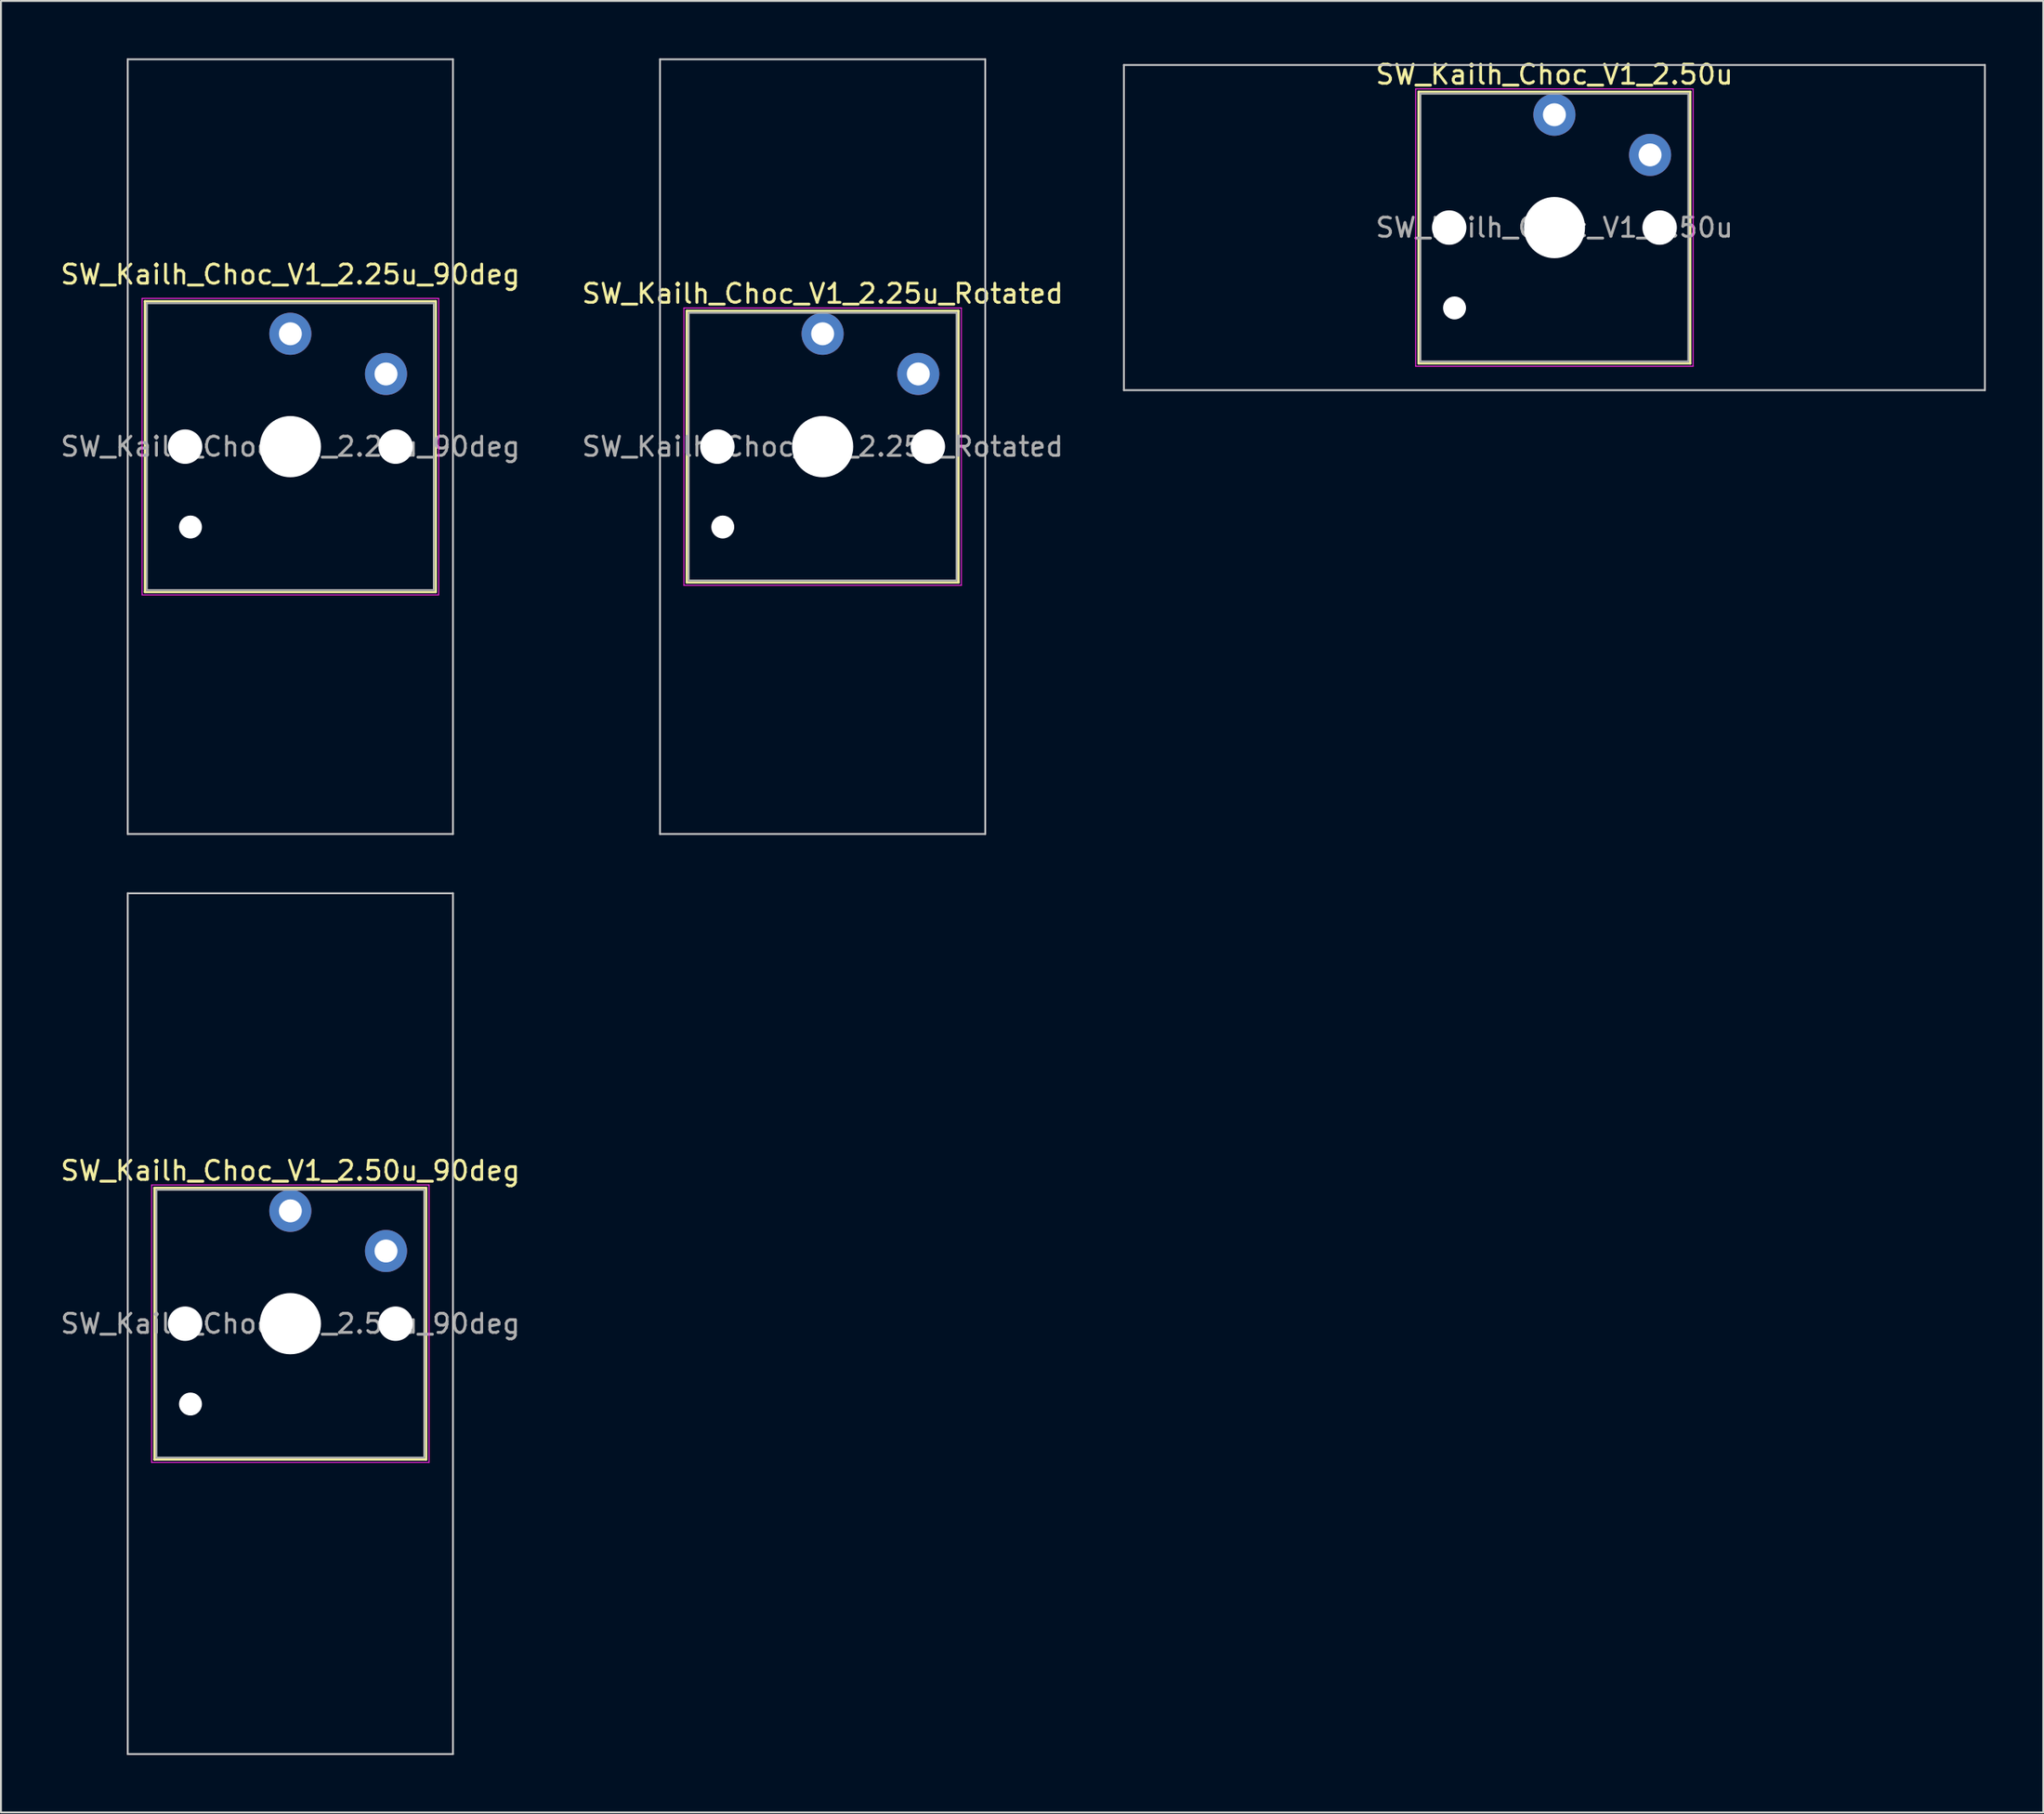
<source format=kicad_pcb>
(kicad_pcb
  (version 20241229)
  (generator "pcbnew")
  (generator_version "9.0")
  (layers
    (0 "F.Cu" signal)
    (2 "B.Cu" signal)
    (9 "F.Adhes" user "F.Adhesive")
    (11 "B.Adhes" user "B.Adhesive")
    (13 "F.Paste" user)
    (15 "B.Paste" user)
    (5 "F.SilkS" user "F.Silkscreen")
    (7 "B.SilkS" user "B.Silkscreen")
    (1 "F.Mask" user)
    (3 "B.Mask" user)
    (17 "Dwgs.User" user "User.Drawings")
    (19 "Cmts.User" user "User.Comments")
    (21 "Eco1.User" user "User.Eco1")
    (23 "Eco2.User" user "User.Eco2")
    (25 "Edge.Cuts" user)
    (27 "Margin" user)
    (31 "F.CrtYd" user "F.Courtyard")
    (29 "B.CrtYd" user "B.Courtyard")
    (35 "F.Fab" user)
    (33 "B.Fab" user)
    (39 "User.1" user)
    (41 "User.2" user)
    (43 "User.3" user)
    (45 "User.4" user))
  (footprint "SW_Kailh_Choc_V1_2.25u_90deg"
    (layer "F.Cu")
    (at 12.125 20.3)
    (property "Reference" "SW_Kailh_Choc_V1_2.25u_90deg" (at 0 -9 0) (layer "F.SilkS") (effects (font (size 1 1) (thickness 0.15))))
    (attr through_hole)
    (fp_line (start -7.6 -7.6) (end -7.6 7.6) (stroke (width 0.12) (type solid)) (layer "F.SilkS"))
    (fp_line (start -7.6 7.6) (end 7.6 7.6) (stroke (width 0.12) (type solid)) (layer "F.SilkS"))
    (fp_line (start 7.6 -7.6) (end -7.6 -7.6) (stroke (width 0.12) (type solid)) (layer "F.SilkS"))
    (fp_line (start 7.6 7.6) (end 7.6 -7.6) (stroke (width 0.12) (type solid)) (layer "F.SilkS"))
    (fp_line (start -8.5 -20.25) (end 8.5 -20.25) (stroke (width 0.1) (type solid)) (layer "Dwgs.User"))
    (fp_line (start -8.5 20.25) (end -8.5 -20.25) (stroke (width 0.1) (type solid)) (layer "Dwgs.User"))
    (fp_line (start 8.5 -20.25) (end 8.5 20.25) (stroke (width 0.1) (type solid)) (layer "Dwgs.User"))
    (fp_line (start 8.5 20.25) (end -8.5 20.25) (stroke (width 0.1) (type solid)) (layer "Dwgs.User"))
    (fp_line (start -7.75 -7.75) (end -7.75 7.75) (stroke (width 0.05) (type solid)) (layer "F.CrtYd"))
    (fp_line (start -7.75 7.75) (end 7.75 7.75) (stroke (width 0.05) (type solid)) (layer "F.CrtYd"))
    (fp_line (start 7.75 -7.75) (end -7.75 -7.75) (stroke (width 0.05) (type solid)) (layer "F.CrtYd"))
    (fp_line (start 7.75 7.75) (end 7.75 -7.75) (stroke (width 0.05) (type solid)) (layer "F.CrtYd"))
    (fp_line (start -7.5 -7.5) (end -7.5 7.5) (stroke (width 0.1) (type solid)) (layer "F.Fab"))
    (fp_line (start -7.5 7.5) (end 7.5 7.5) (stroke (width 0.1) (type solid)) (layer "F.Fab"))
    (fp_line (start 7.5 -7.5) (end -7.5 -7.5) (stroke (width 0.1) (type solid)) (layer "F.Fab"))
    (fp_line (start 7.5 7.5) (end 7.5 -7.5) (stroke (width 0.1) (type solid)) (layer "F.Fab"))
    (fp_text user "${REFERENCE}" (at 0 0 0) (layer "F.Fab") (effects (font (size 1 1) (thickness 0.15))))
    (pad "" np_thru_hole circle (at -5.5 0) (size 1.8 1.8) (drill 1.8) (layers "*.Cu" "*.Mask"))
    (pad "" np_thru_hole circle (at -5.22 4.2) (size 1.2 1.2) (drill 1.2) (layers "*.Cu" "*.Mask"))
    (pad "" np_thru_hole circle (at 0 0) (size 3.2 3.2) (drill 3.2) (layers "*.Cu" "*.Mask"))
    (pad "" np_thru_hole circle (at 5.5 0) (size 1.8 1.8) (drill 1.8) (layers "*.Cu" "*.Mask"))
    (pad "1" thru_hole circle (at 0 -5.9) (size 2.2 2.2) (drill 1.2) (layers "*.Cu" "B.Mask"))
    (pad "2" thru_hole circle (at 5 -3.8) (size 2.2 2.2) (drill 1.2) (layers "*.Cu" "B.Mask")))
  (footprint "SW_Kailh_Choc_V1_2.25u_Rotated"
    (layer "F.Cu")
    (at 39.946 20.3)
    (property "Reference" "SW_Kailh_Choc_V1_2.25u_Rotated" (at 0 -8 0) (layer "F.SilkS") (effects (font (size 1 1) (thickness 0.15))))
    (attr through_hole)
    (fp_line (start -7.1 -7.1) (end -7.1 7.1) (stroke (width 0.12) (type solid)) (layer "F.SilkS"))
    (fp_line (start -7.1 7.1) (end 7.1 7.1) (stroke (width 0.12) (type solid)) (layer "F.SilkS"))
    (fp_line (start 7.1 -7.1) (end -7.1 -7.1) (stroke (width 0.12) (type solid)) (layer "F.SilkS"))
    (fp_line (start 7.1 7.1) (end 7.1 -7.1) (stroke (width 0.12) (type solid)) (layer "F.SilkS"))
    (fp_line (start -8.5 -20.25) (end -8.5 20.25) (stroke (width 0.1) (type solid)) (layer "Dwgs.User"))
    (fp_line (start -8.5 20.25) (end 8.5 20.25) (stroke (width 0.1) (type solid)) (layer "Dwgs.User"))
    (fp_line (start 8.5 -20.25) (end -8.5 -20.25) (stroke (width 0.1) (type solid)) (layer "Dwgs.User"))
    (fp_line (start 8.5 20.25) (end 8.5 -20.25) (stroke (width 0.1) (type solid)) (layer "Dwgs.User"))
    (fp_line (start -7.25 -7.25) (end -7.25 7.25) (stroke (width 0.05) (type solid)) (layer "F.CrtYd"))
    (fp_line (start -7.25 7.25) (end 7.25 7.25) (stroke (width 0.05) (type solid)) (layer "F.CrtYd"))
    (fp_line (start 7.25 -7.25) (end -7.25 -7.25) (stroke (width 0.05) (type solid)) (layer "F.CrtYd"))
    (fp_line (start 7.25 7.25) (end 7.25 -7.25) (stroke (width 0.05) (type solid)) (layer "F.CrtYd"))
    (fp_line (start -7 -7) (end -7 7) (stroke (width 0.1) (type solid)) (layer "F.Fab"))
    (fp_line (start -7 7) (end 7 7) (stroke (width 0.1) (type solid)) (layer "F.Fab"))
    (fp_line (start 7 -7) (end -7 -7) (stroke (width 0.1) (type solid)) (layer "F.Fab"))
    (fp_line (start 7 7) (end 7 -7) (stroke (width 0.1) (type solid)) (layer "F.Fab"))
    (fp_text user "${REFERENCE}" (at 0 0 0) (layer "F.Fab") (effects (font (size 1 1) (thickness 0.15))))
    (pad "" np_thru_hole circle (at -5.5 0) (size 1.8 1.8) (drill 1.8) (layers "*.Cu" "*.Mask"))
    (pad "" np_thru_hole circle (at -5.22 4.2) (size 1.2 1.2) (drill 1.2) (layers "*.Cu" "*.Mask"))
    (pad "" np_thru_hole circle (at 0 0) (size 3.2 3.2) (drill 3.2) (layers "*.Cu" "*.Mask"))
    (pad "" np_thru_hole circle (at 5.5 0) (size 1.8 1.8) (drill 1.8) (layers "*.Cu" "*.Mask"))
    (pad "1" thru_hole circle (at 0 -5.9) (size 2.2 2.2) (drill 1.2) (layers "*.Cu" "B.Mask"))
    (pad "2" thru_hole circle (at 5 -3.8) (size 2.2 2.2) (drill 1.2) (layers "*.Cu" "B.Mask")))
  (footprint "SW_Kailh_Choc_V1_2.50u"
    (layer "F.Cu")
    (at 78.193 8.848)
    (property "Reference" "SW_Kailh_Choc_V1_2.50u" (at 0 -8 0) (layer "F.SilkS") (effects (font (size 1 1) (thickness 0.15))))
    (attr through_hole)
    (fp_line (start -7.1 -7.1) (end -7.1 7.1) (stroke (width 0.12) (type solid)) (layer "F.SilkS"))
    (fp_line (start -7.1 7.1) (end 7.1 7.1) (stroke (width 0.12) (type solid)) (layer "F.SilkS"))
    (fp_line (start 7.1 -7.1) (end -7.1 -7.1) (stroke (width 0.12) (type solid)) (layer "F.SilkS"))
    (fp_line (start 7.1 7.1) (end 7.1 -7.1) (stroke (width 0.12) (type solid)) (layer "F.SilkS"))
    (fp_line (start -22.5 -8.5) (end -22.5 8.5) (stroke (width 0.1) (type solid)) (layer "Dwgs.User"))
    (fp_line (start -22.5 8.5) (end 22.5 8.5) (stroke (width 0.1) (type solid)) (layer "Dwgs.User"))
    (fp_line (start 22.5 -8.5) (end -22.5 -8.5) (stroke (width 0.1) (type solid)) (layer "Dwgs.User"))
    (fp_line (start 22.5 8.5) (end 22.5 -8.5) (stroke (width 0.1) (type solid)) (layer "Dwgs.User"))
    (fp_line (start -7.25 -7.25) (end -7.25 7.25) (stroke (width 0.05) (type solid)) (layer "F.CrtYd"))
    (fp_line (start -7.25 7.25) (end 7.25 7.25) (stroke (width 0.05) (type solid)) (layer "F.CrtYd"))
    (fp_line (start 7.25 -7.25) (end -7.25 -7.25) (stroke (width 0.05) (type solid)) (layer "F.CrtYd"))
    (fp_line (start 7.25 7.25) (end 7.25 -7.25) (stroke (width 0.05) (type solid)) (layer "F.CrtYd"))
    (fp_line (start -7 -7) (end -7 7) (stroke (width 0.1) (type solid)) (layer "F.Fab"))
    (fp_line (start -7 7) (end 7 7) (stroke (width 0.1) (type solid)) (layer "F.Fab"))
    (fp_line (start 7 -7) (end -7 -7) (stroke (width 0.1) (type solid)) (layer "F.Fab"))
    (fp_line (start 7 7) (end 7 -7) (stroke (width 0.1) (type solid)) (layer "F.Fab"))
    (fp_text user "${REFERENCE}" (at 0 0 0) (layer "F.Fab") (effects (font (size 1 1) (thickness 0.15))))
    (pad "" np_thru_hole circle (at -5.5 0) (size 1.8 1.8) (drill 1.8) (layers "*.Cu" "*.Mask"))
    (pad "" np_thru_hole circle (at -5.22 4.2) (size 1.2 1.2) (drill 1.2) (layers "*.Cu" "*.Mask"))
    (pad "" np_thru_hole circle (at 0 0) (size 3.2 3.2) (drill 3.2) (layers "*.Cu" "*.Mask"))
    (pad "" np_thru_hole circle (at 5.5 0) (size 1.8 1.8) (drill 1.8) (layers "*.Cu" "*.Mask"))
    (pad "1" thru_hole circle (at 0 -5.9) (size 2.2 2.2) (drill 1.2) (layers "*.Cu" "B.Mask"))
    (pad "2" thru_hole circle (at 5 -3.8) (size 2.2 2.2) (drill 1.2) (layers "*.Cu" "B.Mask")))
  (footprint "SW_Kailh_Choc_V1_2.50u_90deg"
    (layer "F.Cu")
    (at 12.125 66.15)
    (property "Reference" "SW_Kailh_Choc_V1_2.50u_90deg" (at 0 -8 0) (layer "F.SilkS") (effects (font (size 1 1) (thickness 0.15))))
    (attr through_hole)
    (fp_line (start -7.1 -7.1) (end -7.1 7.1) (stroke (width 0.12) (type solid)) (layer "F.SilkS"))
    (fp_line (start -7.1 7.1) (end 7.1 7.1) (stroke (width 0.12) (type solid)) (layer "F.SilkS"))
    (fp_line (start 7.1 -7.1) (end -7.1 -7.1) (stroke (width 0.12) (type solid)) (layer "F.SilkS"))
    (fp_line (start 7.1 7.1) (end 7.1 -7.1) (stroke (width 0.12) (type solid)) (layer "F.SilkS"))
    (fp_line (start -8.5 -22.5) (end 8.5 -22.5) (stroke (width 0.1) (type solid)) (layer "Dwgs.User"))
    (fp_line (start -8.5 22.5) (end -8.5 -22.5) (stroke (width 0.1) (type solid)) (layer "Dwgs.User"))
    (fp_line (start 8.5 -22.5) (end 8.5 22.5) (stroke (width 0.1) (type solid)) (layer "Dwgs.User"))
    (fp_line (start 8.5 22.5) (end -8.5 22.5) (stroke (width 0.1) (type solid)) (layer "Dwgs.User"))
    (fp_line (start -7.25 -7.25) (end -7.25 7.25) (stroke (width 0.05) (type solid)) (layer "F.CrtYd"))
    (fp_line (start -7.25 7.25) (end 7.25 7.25) (stroke (width 0.05) (type solid)) (layer "F.CrtYd"))
    (fp_line (start 7.25 -7.25) (end -7.25 -7.25) (stroke (width 0.05) (type solid)) (layer "F.CrtYd"))
    (fp_line (start 7.25 7.25) (end 7.25 -7.25) (stroke (width 0.05) (type solid)) (layer "F.CrtYd"))
    (fp_line (start -7 -7) (end -7 7) (stroke (width 0.1) (type solid)) (layer "F.Fab"))
    (fp_line (start -7 7) (end 7 7) (stroke (width 0.1) (type solid)) (layer "F.Fab"))
    (fp_line (start 7 -7) (end -7 -7) (stroke (width 0.1) (type solid)) (layer "F.Fab"))
    (fp_line (start 7 7) (end 7 -7) (stroke (width 0.1) (type solid)) (layer "F.Fab"))
    (fp_text user "${REFERENCE}" (at 0 0 0) (layer "F.Fab") (effects (font (size 1 1) (thickness 0.15))))
    (pad "" np_thru_hole circle (at -5.5 0) (size 1.8 1.8) (drill 1.8) (layers "*.Cu" "*.Mask"))
    (pad "" np_thru_hole circle (at -5.22 4.2) (size 1.2 1.2) (drill 1.2) (layers "*.Cu" "*.Mask"))
    (pad "" np_thru_hole circle (at 0 0) (size 3.2 3.2) (drill 3.2) (layers "*.Cu" "*.Mask"))
    (pad "" np_thru_hole circle (at 5.5 0) (size 1.8 1.8) (drill 1.8) (layers "*.Cu" "*.Mask"))
    (pad "1" thru_hole circle (at 0 -5.9) (size 2.2 2.2) (drill 1.2) (layers "*.Cu" "B.Mask"))
    (pad "2" thru_hole circle (at 5 -3.8) (size 2.2 2.2) (drill 1.2) (layers "*.Cu" "B.Mask")))
  (gr_rect
    (start -3 -3)
    (end 103.743 91.7)
    (stroke (width 0.1) (type default))
    (fill no)
    (layer "Edge.Cuts")))
</source>
